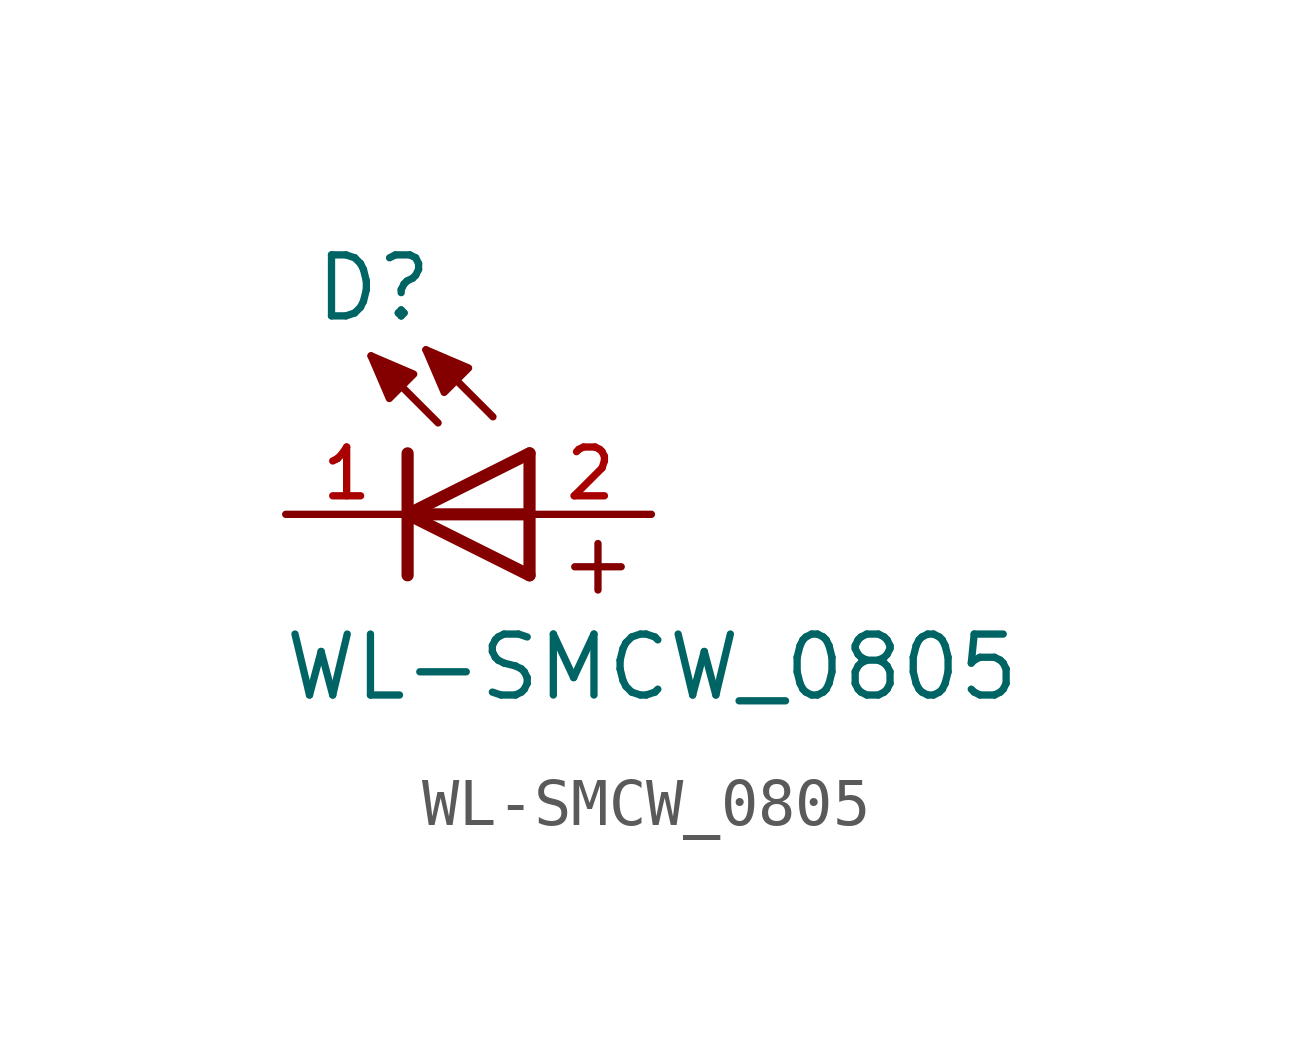
<source format=kicad_sym>
(kicad_symbol_lib
  (version 20241209)
  (generator "kicad_symbol_editor")
  (generator_version "9.0")
  (symbol "WL-SMCW_0805"
    (pin_names
      (offset 1.016))
    (property "Reference" "D"
      (at -1.988 3.972 0)
      (effects (font (size 1.27 1.27)) (justify left bottom)))
    (property "Value" "WL-SMCW_0805"
      (at -2.628 -3.928 0)
      (effects (font (size 1.27 1.27)) (justify left bottom)))
    (symbol "WL-SMCW_0805_0_0"
      (polyline (pts (xy -0.762 3.302) (xy 0.127 2.921) (xy -0.381 2.413) (xy -0.762 3.302)) (stroke (width 0.152) (type default)) (fill (type outline)))
      (polyline (pts (xy 0 0) (xy 2.54 1.27)) (stroke (width 0.254) (type default)) (fill (type none)))
      (polyline (pts (xy 0 0) (xy 2.54 0)) (stroke (width 0.254) (type default)) (fill (type none)))
      (polyline (pts (xy 0 -1.27) (xy 0 1.27)) (stroke (width 0.254) (type default)) (fill (type none)))
      (polyline (pts (xy 0.381 3.429) (xy 1.27 3.048) (xy 0.762 2.54) (xy 0.381 3.429)) (stroke (width 0.152) (type default)) (fill (type outline)))
      (polyline (pts (xy 0.635 1.905) (xy -0.762 3.302)) (stroke (width 0.152) (type default)) (fill (type none)))
      (polyline (pts (xy 1.778 2.032) (xy 0.381 3.429)) (stroke (width 0.152) (type default)) (fill (type none)))
      (polyline (pts (xy 2.54 -1.27) (xy 0 0)) (stroke (width 0.254) (type default)) (fill (type none)))
      (polyline (pts (xy 2.54 -1.27) (xy 2.54 1.27)) (stroke (width 0.254) (type default)) (fill (type none)))
      (text "+" (at 3.08 -1.74 0) (effects (font (size 1.27 1.27)) (justify left bottom)))
      (pin passive line (at -2.54 0 0) (length 2.54) (name "~" (effects (font (size 1.016 1.016)))) (number "1" (effects (font (size 1.016 1.016)))))
      (pin passive line (at 5.08 0 180) (length 2.54) (name "~" (effects (font (size 1.016 1.016)))) (number "2" (effects (font (size 1.016 1.016))))))))
</source>
